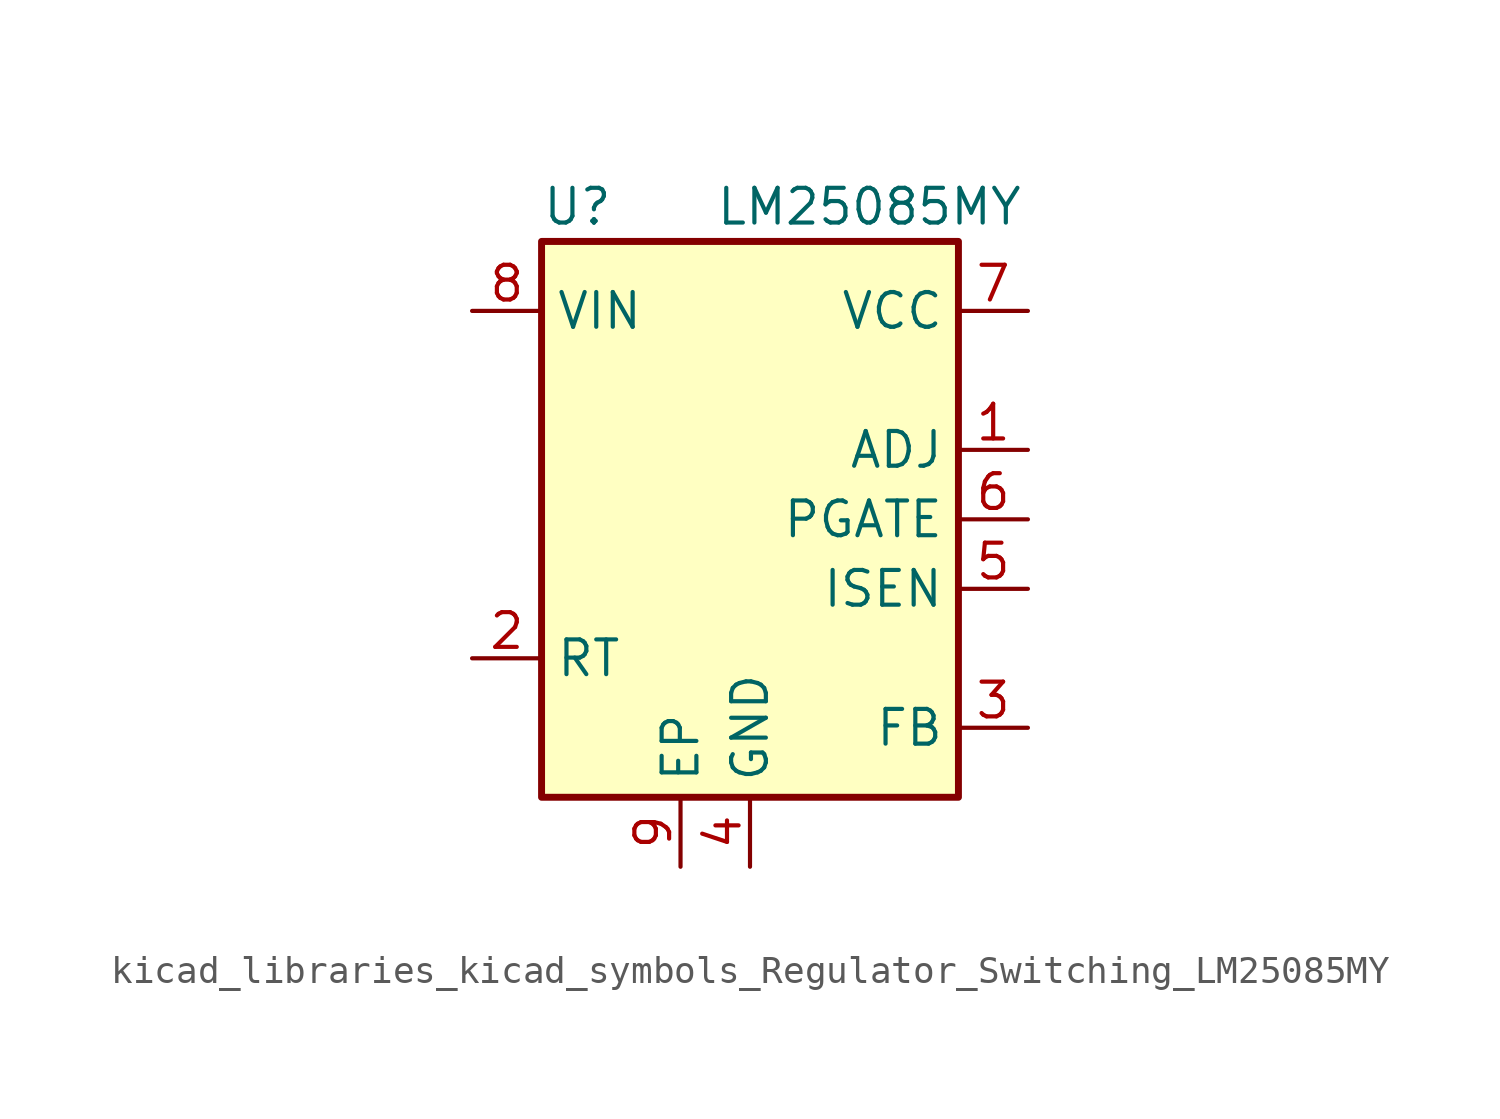
<source format=kicad_sym>
(kicad_symbol_lib
  (version 20220914)
  (generator kicad_symbol_editor)
  (symbol "kicad_libraries_kicad_symbols_Regulator_Switching_LM25085MY"
    (property "Reference" "U"
      (at -7.62 11.43 0)
      (effects (font (size 1.27 1.27)) (justify left)))
    (property "Value" "LM25085MY"
      (at -1.27 11.43 0)
      (effects (font (size 1.27 1.27)) (justify left)))
    (symbol "kicad_libraries_kicad_symbols_Regulator_Switching_LM25085MY_0_1"
      (rectangle (start -7.62 10.16) (end 7.62 -10.16) (stroke (width 0.254) (type default)) (fill (type background))))
    (symbol "kicad_libraries_kicad_symbols_Regulator_Switching_LM25085MY_1_1"
      (pin input line (at 10.16 2.54 180) (length 2.54) (name "ADJ" (effects (font (size 1.27 1.27)))) (number "1" (effects (font (size 1.27 1.27)))))
      (pin input line (at -10.16 -5.08 0) (length 2.54) (name "RT" (effects (font (size 1.27 1.27)))) (number "2" (effects (font (size 1.27 1.27)))))
      (pin input line (at 10.16 -7.62 180) (length 2.54) (name "FB" (effects (font (size 1.27 1.27)))) (number "3" (effects (font (size 1.27 1.27)))))
      (pin power_in line (at 0 -12.7 90) (length 2.54) (name "GND" (effects (font (size 1.27 1.27)))) (number "4" (effects (font (size 1.27 1.27)))))
      (pin input line (at 10.16 -2.54 180) (length 2.54) (name "ISEN" (effects (font (size 1.27 1.27)))) (number "5" (effects (font (size 1.27 1.27)))))
      (pin output line (at 10.16 0 180) (length 2.54) (name "PGATE" (effects (font (size 1.27 1.27)))) (number "6" (effects (font (size 1.27 1.27)))))
      (pin power_out line (at 10.16 7.62 180) (length 2.54) (name "VCC" (effects (font (size 1.27 1.27)))) (number "7" (effects (font (size 1.27 1.27)))))
      (pin power_in line (at -10.16 7.62 0) (length 2.54) (name "VIN" (effects (font (size 1.27 1.27)))) (number "8" (effects (font (size 1.27 1.27)))))
      (pin passive line (at -2.54 -12.7 90) (length 2.54) (name "EP" (effects (font (size 1.27 1.27)))) (number "9" (effects (font (size 1.27 1.27))))))))
</source>
